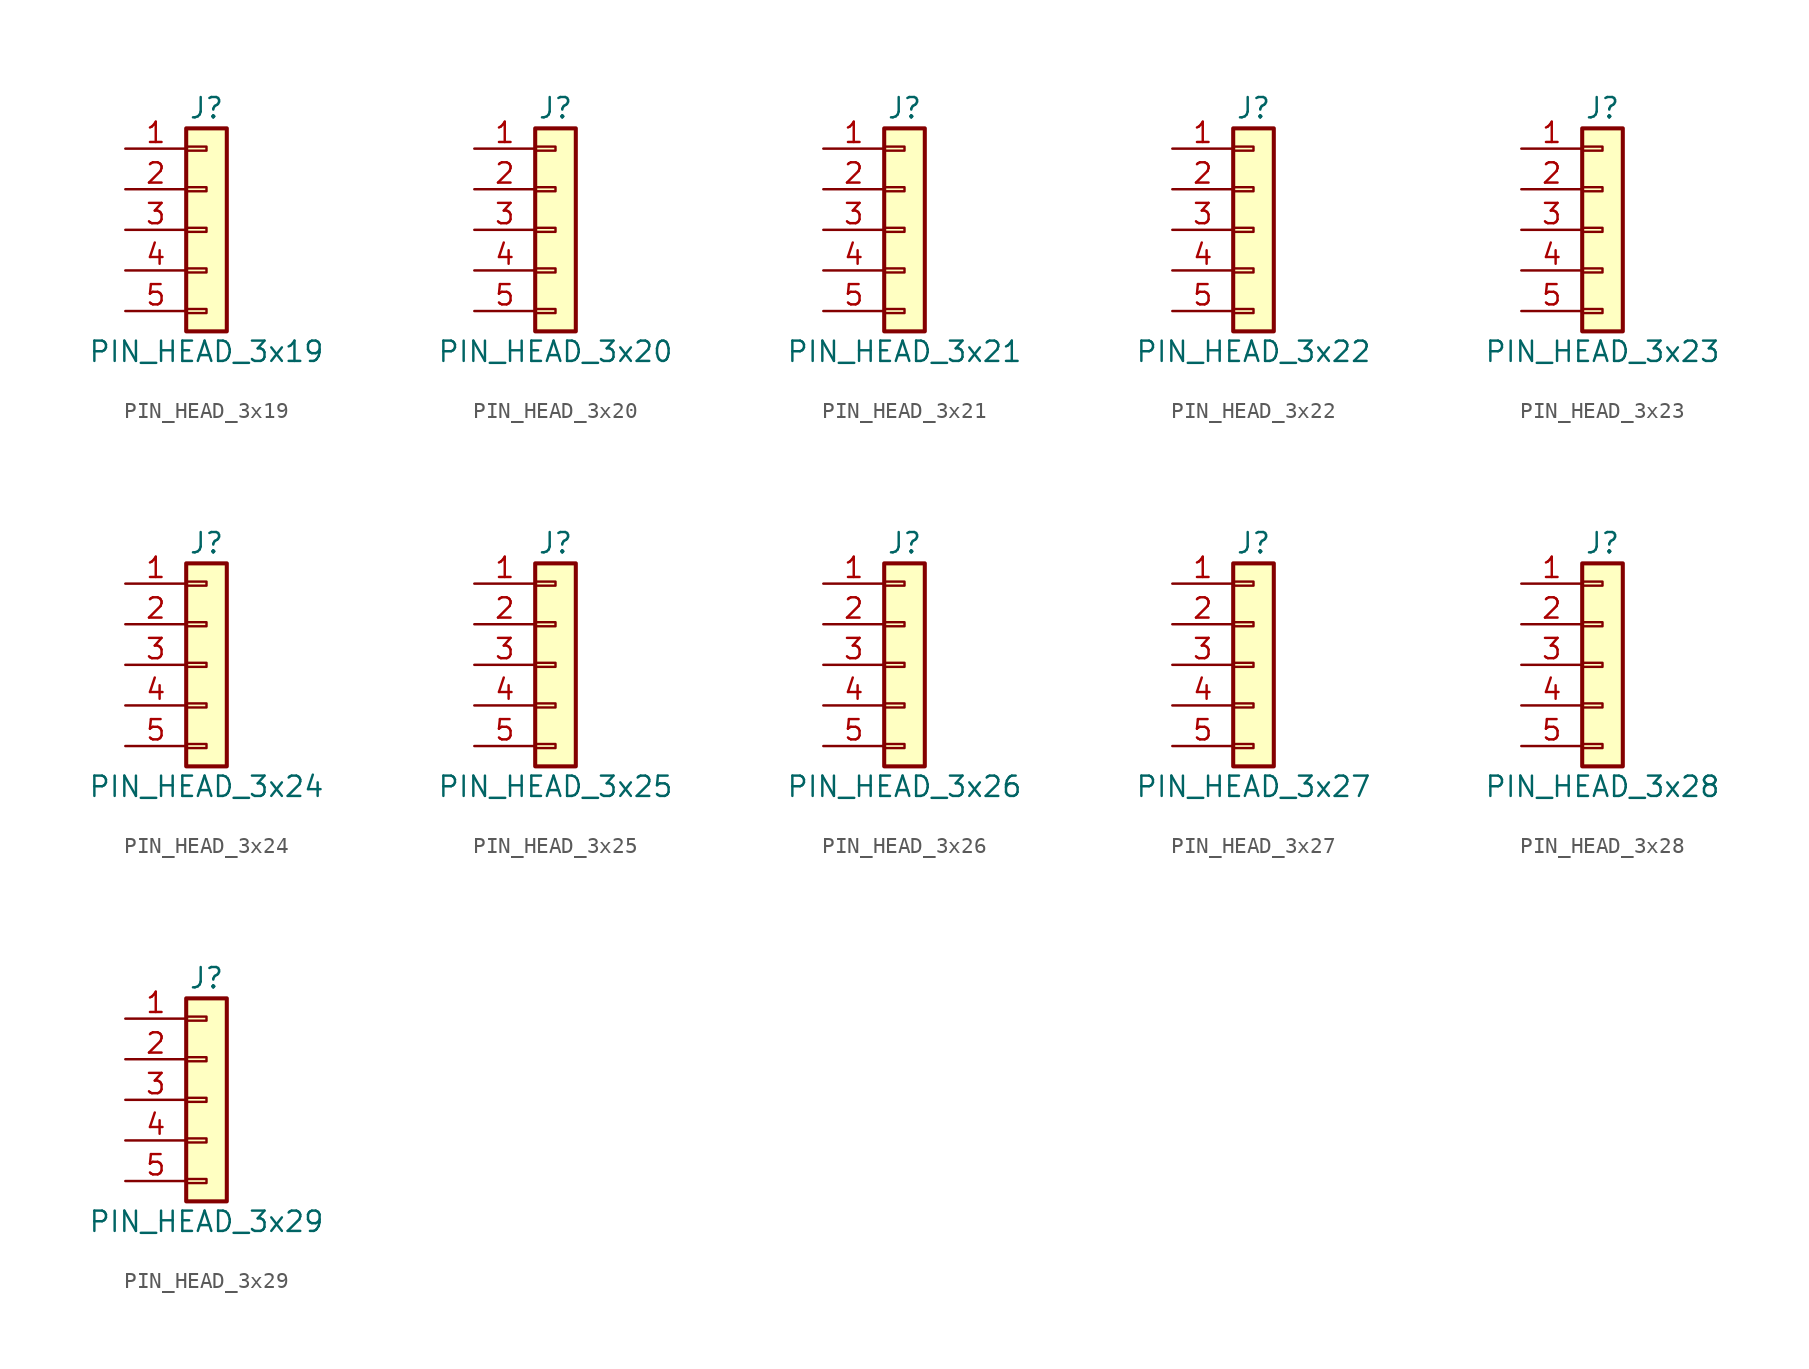
<source format=kicad_sym>
(kicad_symbol_lib
  (version 20211014)
  (generator kicad_symbol_editor)
  (symbol "PIN_HEAD_3x19"
    (pin_names
      (offset 1.016) hide)
    (property "Reference" "J"
      (at 0 7.62 0)
      (effects (font (size 1.27 1.27))))
    (property "Value" "PIN_HEAD_3x19"
      (at 0 -7.62 0)
      (effects (font (size 1.27 1.27))))
    (symbol "PIN_HEAD_3x19_1_1"
      (rectangle (start -1.27 -4.953) (end 0 -5.207) (stroke (width 0.152) (type default) (color 0 0 0 0)) (fill (type none)))
      (rectangle (start -1.27 -2.413) (end 0 -2.667) (stroke (width 0.152) (type default) (color 0 0 0 0)) (fill (type none)))
      (rectangle (start -1.27 0.127) (end 0 -0.127) (stroke (width 0.152) (type default) (color 0 0 0 0)) (fill (type none)))
      (rectangle (start -1.27 2.667) (end 0 2.413) (stroke (width 0.152) (type default) (color 0 0 0 0)) (fill (type none)))
      (rectangle (start -1.27 5.207) (end 0 4.953) (stroke (width 0.152) (type default) (color 0 0 0 0)) (fill (type none)))
      (rectangle (start -1.27 6.35) (end 1.27 -6.35) (stroke (width 0.254) (type default) (color 0 0 0 0)) (fill (type background)))
      (pin passive line (at -5.08 5.08 0) (length 3.81) (name "Pin_1" (effects (font (size 1.27 1.27)))) (number "1" (effects (font (size 1.27 1.27)))))
      (pin passive line (at -5.08 2.54 0) (length 3.81) (name "Pin_2" (effects (font (size 1.27 1.27)))) (number "2" (effects (font (size 1.27 1.27)))))
      (pin passive line (at -5.08 0 0) (length 3.81) (name "Pin_3" (effects (font (size 1.27 1.27)))) (number "3" (effects (font (size 1.27 1.27)))))
      (pin passive line (at -5.08 -2.54 0) (length 3.81) (name "Pin_4" (effects (font (size 1.27 1.27)))) (number "4" (effects (font (size 1.27 1.27)))))
      (pin passive line (at -5.08 -5.08 0) (length 3.81) (name "Pin_5" (effects (font (size 1.27 1.27)))) (number "5" (effects (font (size 1.27 1.27)))))))
  (symbol "PIN_HEAD_3x20"
    (pin_names
      (offset 1.016) hide)
    (property "Reference" "J"
      (at 0 7.62 0)
      (effects (font (size 1.27 1.27))))
    (property "Value" "PIN_HEAD_3x20"
      (at 0 -7.62 0)
      (effects (font (size 1.27 1.27))))
    (symbol "PIN_HEAD_3x20_1_1"
      (rectangle (start -1.27 -4.953) (end 0 -5.207) (stroke (width 0.152) (type default) (color 0 0 0 0)) (fill (type none)))
      (rectangle (start -1.27 -2.413) (end 0 -2.667) (stroke (width 0.152) (type default) (color 0 0 0 0)) (fill (type none)))
      (rectangle (start -1.27 0.127) (end 0 -0.127) (stroke (width 0.152) (type default) (color 0 0 0 0)) (fill (type none)))
      (rectangle (start -1.27 2.667) (end 0 2.413) (stroke (width 0.152) (type default) (color 0 0 0 0)) (fill (type none)))
      (rectangle (start -1.27 5.207) (end 0 4.953) (stroke (width 0.152) (type default) (color 0 0 0 0)) (fill (type none)))
      (rectangle (start -1.27 6.35) (end 1.27 -6.35) (stroke (width 0.254) (type default) (color 0 0 0 0)) (fill (type background)))
      (pin passive line (at -5.08 5.08 0) (length 3.81) (name "Pin_1" (effects (font (size 1.27 1.27)))) (number "1" (effects (font (size 1.27 1.27)))))
      (pin passive line (at -5.08 2.54 0) (length 3.81) (name "Pin_2" (effects (font (size 1.27 1.27)))) (number "2" (effects (font (size 1.27 1.27)))))
      (pin passive line (at -5.08 0 0) (length 3.81) (name "Pin_3" (effects (font (size 1.27 1.27)))) (number "3" (effects (font (size 1.27 1.27)))))
      (pin passive line (at -5.08 -2.54 0) (length 3.81) (name "Pin_4" (effects (font (size 1.27 1.27)))) (number "4" (effects (font (size 1.27 1.27)))))
      (pin passive line (at -5.08 -5.08 0) (length 3.81) (name "Pin_5" (effects (font (size 1.27 1.27)))) (number "5" (effects (font (size 1.27 1.27)))))))
  (symbol "PIN_HEAD_3x21"
    (pin_names
      (offset 1.016) hide)
    (property "Reference" "J"
      (at 0 7.62 0)
      (effects (font (size 1.27 1.27))))
    (property "Value" "PIN_HEAD_3x21"
      (at 0 -7.62 0)
      (effects (font (size 1.27 1.27))))
    (symbol "PIN_HEAD_3x21_1_1"
      (rectangle (start -1.27 -4.953) (end 0 -5.207) (stroke (width 0.152) (type default) (color 0 0 0 0)) (fill (type none)))
      (rectangle (start -1.27 -2.413) (end 0 -2.667) (stroke (width 0.152) (type default) (color 0 0 0 0)) (fill (type none)))
      (rectangle (start -1.27 0.127) (end 0 -0.127) (stroke (width 0.152) (type default) (color 0 0 0 0)) (fill (type none)))
      (rectangle (start -1.27 2.667) (end 0 2.413) (stroke (width 0.152) (type default) (color 0 0 0 0)) (fill (type none)))
      (rectangle (start -1.27 5.207) (end 0 4.953) (stroke (width 0.152) (type default) (color 0 0 0 0)) (fill (type none)))
      (rectangle (start -1.27 6.35) (end 1.27 -6.35) (stroke (width 0.254) (type default) (color 0 0 0 0)) (fill (type background)))
      (pin passive line (at -5.08 5.08 0) (length 3.81) (name "Pin_1" (effects (font (size 1.27 1.27)))) (number "1" (effects (font (size 1.27 1.27)))))
      (pin passive line (at -5.08 2.54 0) (length 3.81) (name "Pin_2" (effects (font (size 1.27 1.27)))) (number "2" (effects (font (size 1.27 1.27)))))
      (pin passive line (at -5.08 0 0) (length 3.81) (name "Pin_3" (effects (font (size 1.27 1.27)))) (number "3" (effects (font (size 1.27 1.27)))))
      (pin passive line (at -5.08 -2.54 0) (length 3.81) (name "Pin_4" (effects (font (size 1.27 1.27)))) (number "4" (effects (font (size 1.27 1.27)))))
      (pin passive line (at -5.08 -5.08 0) (length 3.81) (name "Pin_5" (effects (font (size 1.27 1.27)))) (number "5" (effects (font (size 1.27 1.27)))))))
  (symbol "PIN_HEAD_3x22"
    (pin_names
      (offset 1.016) hide)
    (property "Reference" "J"
      (at 0 7.62 0)
      (effects (font (size 1.27 1.27))))
    (property "Value" "PIN_HEAD_3x22"
      (at 0 -7.62 0)
      (effects (font (size 1.27 1.27))))
    (symbol "PIN_HEAD_3x22_1_1"
      (rectangle (start -1.27 -4.953) (end 0 -5.207) (stroke (width 0.152) (type default) (color 0 0 0 0)) (fill (type none)))
      (rectangle (start -1.27 -2.413) (end 0 -2.667) (stroke (width 0.152) (type default) (color 0 0 0 0)) (fill (type none)))
      (rectangle (start -1.27 0.127) (end 0 -0.127) (stroke (width 0.152) (type default) (color 0 0 0 0)) (fill (type none)))
      (rectangle (start -1.27 2.667) (end 0 2.413) (stroke (width 0.152) (type default) (color 0 0 0 0)) (fill (type none)))
      (rectangle (start -1.27 5.207) (end 0 4.953) (stroke (width 0.152) (type default) (color 0 0 0 0)) (fill (type none)))
      (rectangle (start -1.27 6.35) (end 1.27 -6.35) (stroke (width 0.254) (type default) (color 0 0 0 0)) (fill (type background)))
      (pin passive line (at -5.08 5.08 0) (length 3.81) (name "Pin_1" (effects (font (size 1.27 1.27)))) (number "1" (effects (font (size 1.27 1.27)))))
      (pin passive line (at -5.08 2.54 0) (length 3.81) (name "Pin_2" (effects (font (size 1.27 1.27)))) (number "2" (effects (font (size 1.27 1.27)))))
      (pin passive line (at -5.08 0 0) (length 3.81) (name "Pin_3" (effects (font (size 1.27 1.27)))) (number "3" (effects (font (size 1.27 1.27)))))
      (pin passive line (at -5.08 -2.54 0) (length 3.81) (name "Pin_4" (effects (font (size 1.27 1.27)))) (number "4" (effects (font (size 1.27 1.27)))))
      (pin passive line (at -5.08 -5.08 0) (length 3.81) (name "Pin_5" (effects (font (size 1.27 1.27)))) (number "5" (effects (font (size 1.27 1.27)))))))
  (symbol "PIN_HEAD_3x23"
    (pin_names
      (offset 1.016) hide)
    (property "Reference" "J"
      (at 0 7.62 0)
      (effects (font (size 1.27 1.27))))
    (property "Value" "PIN_HEAD_3x23"
      (at 0 -7.62 0)
      (effects (font (size 1.27 1.27))))
    (symbol "PIN_HEAD_3x23_1_1"
      (rectangle (start -1.27 -4.953) (end 0 -5.207) (stroke (width 0.152) (type default) (color 0 0 0 0)) (fill (type none)))
      (rectangle (start -1.27 -2.413) (end 0 -2.667) (stroke (width 0.152) (type default) (color 0 0 0 0)) (fill (type none)))
      (rectangle (start -1.27 0.127) (end 0 -0.127) (stroke (width 0.152) (type default) (color 0 0 0 0)) (fill (type none)))
      (rectangle (start -1.27 2.667) (end 0 2.413) (stroke (width 0.152) (type default) (color 0 0 0 0)) (fill (type none)))
      (rectangle (start -1.27 5.207) (end 0 4.953) (stroke (width 0.152) (type default) (color 0 0 0 0)) (fill (type none)))
      (rectangle (start -1.27 6.35) (end 1.27 -6.35) (stroke (width 0.254) (type default) (color 0 0 0 0)) (fill (type background)))
      (pin passive line (at -5.08 5.08 0) (length 3.81) (name "Pin_1" (effects (font (size 1.27 1.27)))) (number "1" (effects (font (size 1.27 1.27)))))
      (pin passive line (at -5.08 2.54 0) (length 3.81) (name "Pin_2" (effects (font (size 1.27 1.27)))) (number "2" (effects (font (size 1.27 1.27)))))
      (pin passive line (at -5.08 0 0) (length 3.81) (name "Pin_3" (effects (font (size 1.27 1.27)))) (number "3" (effects (font (size 1.27 1.27)))))
      (pin passive line (at -5.08 -2.54 0) (length 3.81) (name "Pin_4" (effects (font (size 1.27 1.27)))) (number "4" (effects (font (size 1.27 1.27)))))
      (pin passive line (at -5.08 -5.08 0) (length 3.81) (name "Pin_5" (effects (font (size 1.27 1.27)))) (number "5" (effects (font (size 1.27 1.27)))))))
  (symbol "PIN_HEAD_3x24"
    (pin_names
      (offset 1.016) hide)
    (property "Reference" "J"
      (at 0 7.62 0)
      (effects (font (size 1.27 1.27))))
    (property "Value" "PIN_HEAD_3x24"
      (at 0 -7.62 0)
      (effects (font (size 1.27 1.27))))
    (symbol "PIN_HEAD_3x24_1_1"
      (rectangle (start -1.27 -4.953) (end 0 -5.207) (stroke (width 0.152) (type default) (color 0 0 0 0)) (fill (type none)))
      (rectangle (start -1.27 -2.413) (end 0 -2.667) (stroke (width 0.152) (type default) (color 0 0 0 0)) (fill (type none)))
      (rectangle (start -1.27 0.127) (end 0 -0.127) (stroke (width 0.152) (type default) (color 0 0 0 0)) (fill (type none)))
      (rectangle (start -1.27 2.667) (end 0 2.413) (stroke (width 0.152) (type default) (color 0 0 0 0)) (fill (type none)))
      (rectangle (start -1.27 5.207) (end 0 4.953) (stroke (width 0.152) (type default) (color 0 0 0 0)) (fill (type none)))
      (rectangle (start -1.27 6.35) (end 1.27 -6.35) (stroke (width 0.254) (type default) (color 0 0 0 0)) (fill (type background)))
      (pin passive line (at -5.08 5.08 0) (length 3.81) (name "Pin_1" (effects (font (size 1.27 1.27)))) (number "1" (effects (font (size 1.27 1.27)))))
      (pin passive line (at -5.08 2.54 0) (length 3.81) (name "Pin_2" (effects (font (size 1.27 1.27)))) (number "2" (effects (font (size 1.27 1.27)))))
      (pin passive line (at -5.08 0 0) (length 3.81) (name "Pin_3" (effects (font (size 1.27 1.27)))) (number "3" (effects (font (size 1.27 1.27)))))
      (pin passive line (at -5.08 -2.54 0) (length 3.81) (name "Pin_4" (effects (font (size 1.27 1.27)))) (number "4" (effects (font (size 1.27 1.27)))))
      (pin passive line (at -5.08 -5.08 0) (length 3.81) (name "Pin_5" (effects (font (size 1.27 1.27)))) (number "5" (effects (font (size 1.27 1.27)))))))
  (symbol "PIN_HEAD_3x25"
    (pin_names
      (offset 1.016) hide)
    (property "Reference" "J"
      (at 0 7.62 0)
      (effects (font (size 1.27 1.27))))
    (property "Value" "PIN_HEAD_3x25"
      (at 0 -7.62 0)
      (effects (font (size 1.27 1.27))))
    (symbol "PIN_HEAD_3x25_1_1"
      (rectangle (start -1.27 -4.953) (end 0 -5.207) (stroke (width 0.152) (type default) (color 0 0 0 0)) (fill (type none)))
      (rectangle (start -1.27 -2.413) (end 0 -2.667) (stroke (width 0.152) (type default) (color 0 0 0 0)) (fill (type none)))
      (rectangle (start -1.27 0.127) (end 0 -0.127) (stroke (width 0.152) (type default) (color 0 0 0 0)) (fill (type none)))
      (rectangle (start -1.27 2.667) (end 0 2.413) (stroke (width 0.152) (type default) (color 0 0 0 0)) (fill (type none)))
      (rectangle (start -1.27 5.207) (end 0 4.953) (stroke (width 0.152) (type default) (color 0 0 0 0)) (fill (type none)))
      (rectangle (start -1.27 6.35) (end 1.27 -6.35) (stroke (width 0.254) (type default) (color 0 0 0 0)) (fill (type background)))
      (pin passive line (at -5.08 5.08 0) (length 3.81) (name "Pin_1" (effects (font (size 1.27 1.27)))) (number "1" (effects (font (size 1.27 1.27)))))
      (pin passive line (at -5.08 2.54 0) (length 3.81) (name "Pin_2" (effects (font (size 1.27 1.27)))) (number "2" (effects (font (size 1.27 1.27)))))
      (pin passive line (at -5.08 0 0) (length 3.81) (name "Pin_3" (effects (font (size 1.27 1.27)))) (number "3" (effects (font (size 1.27 1.27)))))
      (pin passive line (at -5.08 -2.54 0) (length 3.81) (name "Pin_4" (effects (font (size 1.27 1.27)))) (number "4" (effects (font (size 1.27 1.27)))))
      (pin passive line (at -5.08 -5.08 0) (length 3.81) (name "Pin_5" (effects (font (size 1.27 1.27)))) (number "5" (effects (font (size 1.27 1.27)))))))
  (symbol "PIN_HEAD_3x26"
    (pin_names
      (offset 1.016) hide)
    (property "Reference" "J"
      (at 0 7.62 0)
      (effects (font (size 1.27 1.27))))
    (property "Value" "PIN_HEAD_3x26"
      (at 0 -7.62 0)
      (effects (font (size 1.27 1.27))))
    (symbol "PIN_HEAD_3x26_1_1"
      (rectangle (start -1.27 -4.953) (end 0 -5.207) (stroke (width 0.152) (type default) (color 0 0 0 0)) (fill (type none)))
      (rectangle (start -1.27 -2.413) (end 0 -2.667) (stroke (width 0.152) (type default) (color 0 0 0 0)) (fill (type none)))
      (rectangle (start -1.27 0.127) (end 0 -0.127) (stroke (width 0.152) (type default) (color 0 0 0 0)) (fill (type none)))
      (rectangle (start -1.27 2.667) (end 0 2.413) (stroke (width 0.152) (type default) (color 0 0 0 0)) (fill (type none)))
      (rectangle (start -1.27 5.207) (end 0 4.953) (stroke (width 0.152) (type default) (color 0 0 0 0)) (fill (type none)))
      (rectangle (start -1.27 6.35) (end 1.27 -6.35) (stroke (width 0.254) (type default) (color 0 0 0 0)) (fill (type background)))
      (pin passive line (at -5.08 5.08 0) (length 3.81) (name "Pin_1" (effects (font (size 1.27 1.27)))) (number "1" (effects (font (size 1.27 1.27)))))
      (pin passive line (at -5.08 2.54 0) (length 3.81) (name "Pin_2" (effects (font (size 1.27 1.27)))) (number "2" (effects (font (size 1.27 1.27)))))
      (pin passive line (at -5.08 0 0) (length 3.81) (name "Pin_3" (effects (font (size 1.27 1.27)))) (number "3" (effects (font (size 1.27 1.27)))))
      (pin passive line (at -5.08 -2.54 0) (length 3.81) (name "Pin_4" (effects (font (size 1.27 1.27)))) (number "4" (effects (font (size 1.27 1.27)))))
      (pin passive line (at -5.08 -5.08 0) (length 3.81) (name "Pin_5" (effects (font (size 1.27 1.27)))) (number "5" (effects (font (size 1.27 1.27)))))))
  (symbol "PIN_HEAD_3x27"
    (pin_names
      (offset 1.016) hide)
    (property "Reference" "J"
      (at 0 7.62 0)
      (effects (font (size 1.27 1.27))))
    (property "Value" "PIN_HEAD_3x27"
      (at 0 -7.62 0)
      (effects (font (size 1.27 1.27))))
    (symbol "PIN_HEAD_3x27_1_1"
      (rectangle (start -1.27 -4.953) (end 0 -5.207) (stroke (width 0.152) (type default) (color 0 0 0 0)) (fill (type none)))
      (rectangle (start -1.27 -2.413) (end 0 -2.667) (stroke (width 0.152) (type default) (color 0 0 0 0)) (fill (type none)))
      (rectangle (start -1.27 0.127) (end 0 -0.127) (stroke (width 0.152) (type default) (color 0 0 0 0)) (fill (type none)))
      (rectangle (start -1.27 2.667) (end 0 2.413) (stroke (width 0.152) (type default) (color 0 0 0 0)) (fill (type none)))
      (rectangle (start -1.27 5.207) (end 0 4.953) (stroke (width 0.152) (type default) (color 0 0 0 0)) (fill (type none)))
      (rectangle (start -1.27 6.35) (end 1.27 -6.35) (stroke (width 0.254) (type default) (color 0 0 0 0)) (fill (type background)))
      (pin passive line (at -5.08 5.08 0) (length 3.81) (name "Pin_1" (effects (font (size 1.27 1.27)))) (number "1" (effects (font (size 1.27 1.27)))))
      (pin passive line (at -5.08 2.54 0) (length 3.81) (name "Pin_2" (effects (font (size 1.27 1.27)))) (number "2" (effects (font (size 1.27 1.27)))))
      (pin passive line (at -5.08 0 0) (length 3.81) (name "Pin_3" (effects (font (size 1.27 1.27)))) (number "3" (effects (font (size 1.27 1.27)))))
      (pin passive line (at -5.08 -2.54 0) (length 3.81) (name "Pin_4" (effects (font (size 1.27 1.27)))) (number "4" (effects (font (size 1.27 1.27)))))
      (pin passive line (at -5.08 -5.08 0) (length 3.81) (name "Pin_5" (effects (font (size 1.27 1.27)))) (number "5" (effects (font (size 1.27 1.27)))))))
  (symbol "PIN_HEAD_3x28"
    (pin_names
      (offset 1.016) hide)
    (property "Reference" "J"
      (at 0 7.62 0)
      (effects (font (size 1.27 1.27))))
    (property "Value" "PIN_HEAD_3x28"
      (at 0 -7.62 0)
      (effects (font (size 1.27 1.27))))
    (symbol "PIN_HEAD_3x28_1_1"
      (rectangle (start -1.27 -4.953) (end 0 -5.207) (stroke (width 0.152) (type default) (color 0 0 0 0)) (fill (type none)))
      (rectangle (start -1.27 -2.413) (end 0 -2.667) (stroke (width 0.152) (type default) (color 0 0 0 0)) (fill (type none)))
      (rectangle (start -1.27 0.127) (end 0 -0.127) (stroke (width 0.152) (type default) (color 0 0 0 0)) (fill (type none)))
      (rectangle (start -1.27 2.667) (end 0 2.413) (stroke (width 0.152) (type default) (color 0 0 0 0)) (fill (type none)))
      (rectangle (start -1.27 5.207) (end 0 4.953) (stroke (width 0.152) (type default) (color 0 0 0 0)) (fill (type none)))
      (rectangle (start -1.27 6.35) (end 1.27 -6.35) (stroke (width 0.254) (type default) (color 0 0 0 0)) (fill (type background)))
      (pin passive line (at -5.08 5.08 0) (length 3.81) (name "Pin_1" (effects (font (size 1.27 1.27)))) (number "1" (effects (font (size 1.27 1.27)))))
      (pin passive line (at -5.08 2.54 0) (length 3.81) (name "Pin_2" (effects (font (size 1.27 1.27)))) (number "2" (effects (font (size 1.27 1.27)))))
      (pin passive line (at -5.08 0 0) (length 3.81) (name "Pin_3" (effects (font (size 1.27 1.27)))) (number "3" (effects (font (size 1.27 1.27)))))
      (pin passive line (at -5.08 -2.54 0) (length 3.81) (name "Pin_4" (effects (font (size 1.27 1.27)))) (number "4" (effects (font (size 1.27 1.27)))))
      (pin passive line (at -5.08 -5.08 0) (length 3.81) (name "Pin_5" (effects (font (size 1.27 1.27)))) (number "5" (effects (font (size 1.27 1.27)))))))
  (symbol "PIN_HEAD_3x29"
    (pin_names
      (offset 1.016) hide)
    (property "Reference" "J"
      (at 0 7.62 0)
      (effects (font (size 1.27 1.27))))
    (property "Value" "PIN_HEAD_3x29"
      (at 0 -7.62 0)
      (effects (font (size 1.27 1.27))))
    (symbol "PIN_HEAD_3x29_1_1"
      (rectangle (start -1.27 -4.953) (end 0 -5.207) (stroke (width 0.152) (type default) (color 0 0 0 0)) (fill (type none)))
      (rectangle (start -1.27 -2.413) (end 0 -2.667) (stroke (width 0.152) (type default) (color 0 0 0 0)) (fill (type none)))
      (rectangle (start -1.27 0.127) (end 0 -0.127) (stroke (width 0.152) (type default) (color 0 0 0 0)) (fill (type none)))
      (rectangle (start -1.27 2.667) (end 0 2.413) (stroke (width 0.152) (type default) (color 0 0 0 0)) (fill (type none)))
      (rectangle (start -1.27 5.207) (end 0 4.953) (stroke (width 0.152) (type default) (color 0 0 0 0)) (fill (type none)))
      (rectangle (start -1.27 6.35) (end 1.27 -6.35) (stroke (width 0.254) (type default) (color 0 0 0 0)) (fill (type background)))
      (pin passive line (at -5.08 5.08 0) (length 3.81) (name "Pin_1" (effects (font (size 1.27 1.27)))) (number "1" (effects (font (size 1.27 1.27)))))
      (pin passive line (at -5.08 2.54 0) (length 3.81) (name "Pin_2" (effects (font (size 1.27 1.27)))) (number "2" (effects (font (size 1.27 1.27)))))
      (pin passive line (at -5.08 0 0) (length 3.81) (name "Pin_3" (effects (font (size 1.27 1.27)))) (number "3" (effects (font (size 1.27 1.27)))))
      (pin passive line (at -5.08 -2.54 0) (length 3.81) (name "Pin_4" (effects (font (size 1.27 1.27)))) (number "4" (effects (font (size 1.27 1.27)))))
      (pin passive line (at -5.08 -5.08 0) (length 3.81) (name "Pin_5" (effects (font (size 1.27 1.27)))) (number "5" (effects (font (size 1.27 1.27))))))))
</source>
